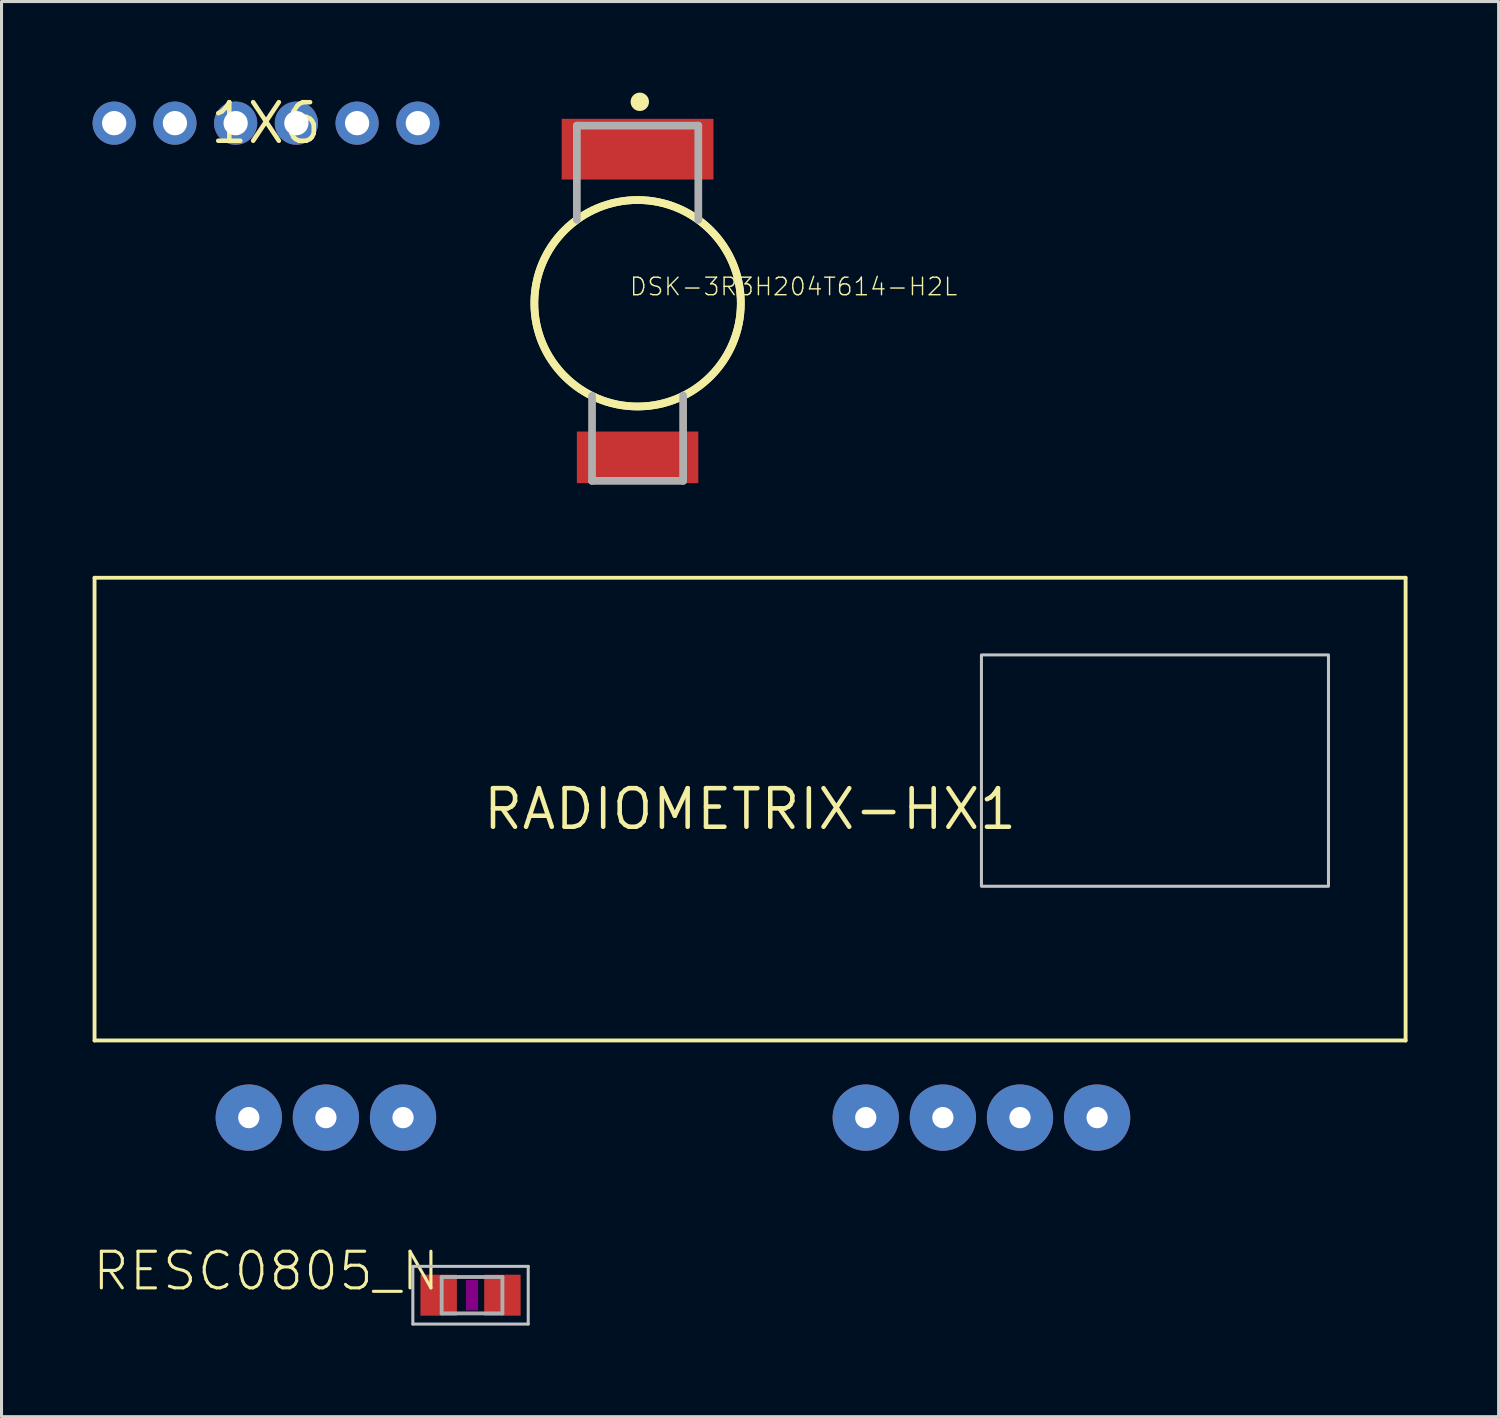
<source format=kicad_pcb>
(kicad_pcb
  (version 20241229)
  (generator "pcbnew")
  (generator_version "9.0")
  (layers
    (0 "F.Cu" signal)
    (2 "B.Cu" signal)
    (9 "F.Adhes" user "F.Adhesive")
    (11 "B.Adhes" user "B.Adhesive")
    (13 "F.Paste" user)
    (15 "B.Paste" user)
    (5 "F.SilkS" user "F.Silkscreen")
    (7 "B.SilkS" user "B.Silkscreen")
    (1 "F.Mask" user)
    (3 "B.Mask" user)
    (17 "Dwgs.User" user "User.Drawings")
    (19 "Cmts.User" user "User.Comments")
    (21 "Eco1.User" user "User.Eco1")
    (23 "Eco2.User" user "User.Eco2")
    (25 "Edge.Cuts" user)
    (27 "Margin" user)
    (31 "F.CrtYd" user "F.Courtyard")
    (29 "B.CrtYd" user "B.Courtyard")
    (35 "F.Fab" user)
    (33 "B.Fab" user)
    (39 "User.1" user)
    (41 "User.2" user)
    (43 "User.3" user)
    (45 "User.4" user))
  (footprint "RESC0805_N"
    (layer "F.Cu")
    (at 12.497 39.608)
    (property "Reference" "RESC0805_N" (at -1 -1.5 0) (layer "F.SilkS") (effects (font (size 1.206 1.206) (thickness 0.102)) (justify right top)))
    (attr through_hole)
    (fp_poly (pts (xy -0.2 0.5) (xy 0.2 0.5) (xy 0.2 -0.5) (xy -0.2 -0.5)) (stroke (width 0) (type solid)) (fill yes) (layer "F.Adhes"))
    (fp_line (start -1.95 -0.95) (end -1.95 0.95) (stroke (width 0.1) (type solid)) (layer "Dwgs.User"))
    (fp_line (start -1.95 0.95) (end 1.85 0.95) (stroke (width 0.1) (type solid)) (layer "Dwgs.User"))
    (fp_line (start 1.85 -0.95) (end -1.95 -0.95) (stroke (width 0.1) (type solid)) (layer "Dwgs.User"))
    (fp_line (start 1.85 0.95) (end 1.85 -0.95) (stroke (width 0.1) (type solid)) (layer "Dwgs.User"))
    (fp_line (start -1 -0.6) (end 1 -0.6) (stroke (width 0.127) (type solid)) (layer "F.Fab"))
    (fp_line (start -1 0.6) (end -1 -0.6) (stroke (width 0.127) (type solid)) (layer "F.Fab"))
    (fp_line (start 1 -0.6) (end 1 0.6) (stroke (width 0.127) (type solid)) (layer "F.Fab"))
    (fp_line (start 1 0.6) (end -1 0.6) (stroke (width 0.127) (type solid)) (layer "F.Fab"))
    (pad "1" smd rect (at -1.1 0) (size 1.2 1.35) (layers "F.Cu" "F.Mask" "F.Paste"))
    (pad "2" smd rect (at 1 0) (size 1.2 1.35) (layers "F.Cu" "F.Mask" "F.Paste")))
  (footprint "RADIOMETRIX-HX1"
    (layer "F.Cu")
    (at 21.654 23.599)
    (property "Reference" "RADIOMETRIX-HX1" (at 0 0 0) (layer "F.SilkS") (effects (font (size 1.27 1.27) (thickness 0.15))))
    (attr through_hole)
    (fp_line (start -21.59 7.62) (end -21.59 -7.62) (stroke (width 0.127) (type solid)) (layer "F.SilkS"))
    (fp_line (start -21.59 7.62) (end 21.59 7.62) (stroke (width 0.127) (type solid)) (layer "F.SilkS"))
    (fp_line (start 21.59 -7.62) (end -21.59 -7.62) (stroke (width 0.127) (type solid)) (layer "F.SilkS"))
    (fp_line (start 21.59 -7.62) (end 21.59 7.62) (stroke (width 0.127) (type solid)) (layer "F.SilkS"))
    (fp_poly (pts (xy 7.62 2.54) (xy 19.05 2.54) (xy 19.05 -5.08) (xy 7.62 -5.08)) (stroke (width 0.1) (type solid)) (fill no) (layer "Dwgs.User"))
    (pad "0V" thru_hole circle (at 8.89 10.16) (size 2.184 2.184) (drill 0.7) (layers "*.Cu" "*.Mask"))
    (pad "EN" thru_hole circle (at 3.81 10.16) (size 2.184 2.184) (drill 0.7) (layers "*.Cu" "*.Mask"))
    (pad "RFGND" thru_hole circle (at -11.43 10.16) (size 2.184 2.184) (drill 0.7) (layers "*.Cu" "*.Mask"))
    (pad "RFGND2" thru_hole circle (at -16.51 10.16) (size 2.184 2.184) (drill 0.7) (layers "*.Cu" "*.Mask"))
    (pad "RFOUT" thru_hole circle (at -13.97 10.16) (size 2.184 2.184) (drill 0.7) (layers "*.Cu" "*.Mask"))
    (pad "TXD" thru_hole circle (at 11.43 10.16) (size 2.184 2.184) (drill 0.7) (layers "*.Cu" "*.Mask"))
    (pad "VCC" thru_hole circle (at 6.35 10.16) (size 2.184 2.184) (drill 0.7) (layers "*.Cu" "*.Mask")))
  (footprint "1X6"
    (layer "F.Cu")
    (at 5.711 1.006)
    (property "Reference" "1X6" (at 0 0 0) (layer "F.SilkS") (effects (font (size 1.27 1.27) (thickness 0.15))))
    (attr through_hole)
    (fp_poly (pts (xy -5.254 0.254) (xy -4.746 0.254) (xy -4.746 -0.254) (xy -5.254 -0.254)) (stroke (width 0) (type solid)) (fill yes) (layer "F.SilkS"))
    (fp_poly (pts (xy -3.254 0.254) (xy -2.746 0.254) (xy -2.746 -0.254) (xy -3.254 -0.254)) (stroke (width 0) (type solid)) (fill yes) (layer "F.SilkS"))
    (fp_poly (pts (xy -1.254 0.254) (xy -0.746 0.254) (xy -0.746 -0.254) (xy -1.254 -0.254)) (stroke (width 0) (type solid)) (fill yes) (layer "F.SilkS"))
    (fp_poly (pts (xy 0.746 0.254) (xy 1.254 0.254) (xy 1.254 -0.254) (xy 0.746 -0.254)) (stroke (width 0) (type solid)) (fill yes) (layer "F.SilkS"))
    (fp_poly (pts (xy 2.746 0.254) (xy 3.254 0.254) (xy 3.254 -0.254) (xy 2.746 -0.254)) (stroke (width 0) (type solid)) (fill yes) (layer "F.SilkS"))
    (fp_poly (pts (xy 4.746 0.254) (xy 5.254 0.254) (xy 5.254 -0.254) (xy 4.746 -0.254)) (stroke (width 0) (type solid)) (fill yes) (layer "F.SilkS"))
    (pad "1" thru_hole circle (at -5 0) (size 1.422 1.422) (drill 0.8) (layers "*.Cu" "*.Mask"))
    (pad "2" thru_hole circle (at -3 0) (size 1.422 1.422) (drill 0.8) (layers "*.Cu" "*.Mask"))
    (pad "3" thru_hole circle (at -1 0) (size 1.422 1.422) (drill 0.8) (layers "*.Cu" "*.Mask"))
    (pad "4" thru_hole circle (at 1 0) (size 1.422 1.422) (drill 0.8) (layers "*.Cu" "*.Mask"))
    (pad "5" thru_hole circle (at 3 0) (size 1.422 1.422) (drill 0.8) (layers "*.Cu" "*.Mask"))
    (pad "6" thru_hole circle (at 5 0) (size 1.422 1.422) (drill 0.8) (layers "*.Cu" "*.Mask")))
  (footprint "DSK-3R3H204T614-H2L"
    (layer "F.Cu")
    (at 17.949 6.938)
    (property "Reference" "DSK-3R3H204T614-H2L" (at -0.296 -0.208 0) (layer "F.SilkS") (effects (font (size 0.579 0.579) (thickness 0.046)) (justify left bottom)))
    (attr through_hole)
    (fp_circle (center 0 0) (end 3.4 0) (stroke (width 0.254) (type solid)) (fill no) (layer "F.SilkS"))
    (fp_circle (center 0 0) (end 3.4 0) (stroke (width 0.254) (type solid)) (fill no) (layer "F.SilkS"))
    (fp_circle (center 0.073 -6.635) (end 0.226 -6.635) (stroke (width 0.3) (type solid)) (fill no) (layer "F.SilkS"))
    (fp_line (start -2 -5.85) (end -2 -2.749) (stroke (width 0.254) (type solid)) (layer "F.Fab"))
    (fp_line (start -2 -5.85) (end 2 -5.85) (stroke (width 0.254) (type solid)) (layer "F.Fab"))
    (fp_line (start -1.5 5.85) (end -1.5 3.051) (stroke (width 0.254) (type solid)) (layer "F.Fab"))
    (fp_line (start -1.5 5.85) (end 1.5 5.85) (stroke (width 0.254) (type solid)) (layer "F.Fab"))
    (fp_line (start 1.5 5.85) (end 1.5 3.038) (stroke (width 0.254) (type solid)) (layer "F.Fab"))
    (fp_line (start 2 -5.85) (end 2 -2.749) (stroke (width 0.254) (type solid)) (layer "F.Fab"))
    (pad "1" smd rect (at 0 -5.075) (size 5 2) (layers "F.Cu" "F.Mask" "F.Paste"))
    (pad "2" smd rect (at 0 5.075) (size 4 1.7) (layers "F.Cu" "F.Mask" "F.Paste")))
  (gr_rect
    (start -3 -3)
    (end 46.307 43.608)
    (stroke (width 0.1) (type default))
    (fill no)
    (layer "Edge.Cuts")))
</source>
